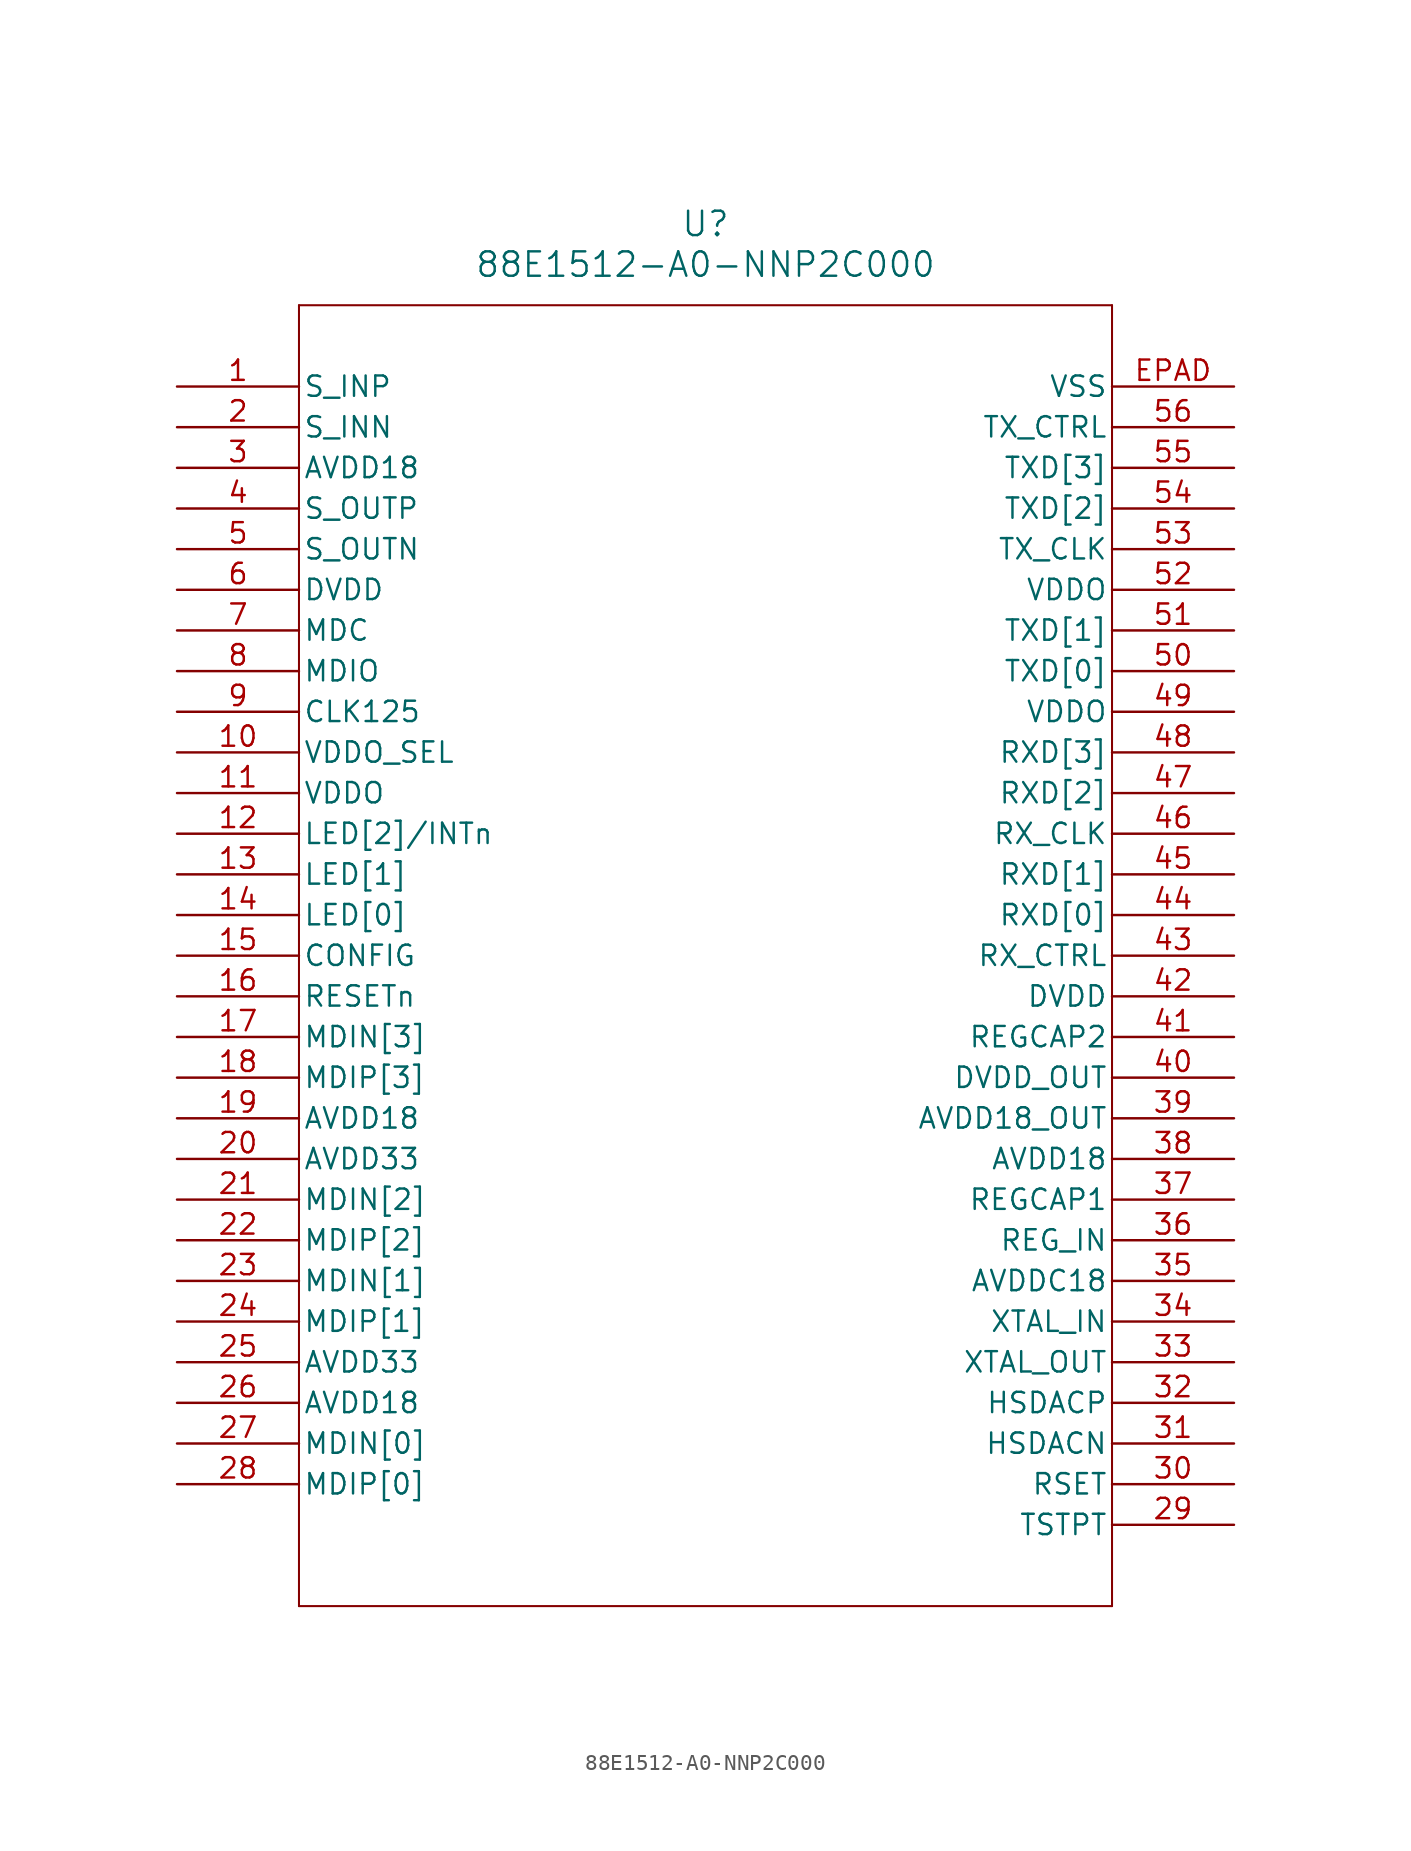
<source format=kicad_sym>
(kicad_symbol_lib
  (version 20211014)
  (generator kicad_symbol_editor)
  (symbol "88E1512-A0-NNP2C000"
    (pin_names
      (offset 0.254))
    (property "Reference" "U"
      (at 33.02 10.16 0)
      (effects (font (size 1.524 1.524))))
    (property "Value" "88E1512-A0-NNP2C000"
      (at 33.02 7.62 0)
      (effects (font (size 1.524 1.524))))
    (symbol "88E1512-A0-NNP2C000_0_1"
      (polyline (pts (xy 7.62 5.08) (xy 7.62 -76.2)) (stroke (width 0.127) (type default) (color 0 0 0 0)) (fill (type none)))
      (polyline (pts (xy 7.62 -76.2) (xy 58.42 -76.2)) (stroke (width 0.127) (type default) (color 0 0 0 0)) (fill (type none)))
      (polyline (pts (xy 58.42 -76.2) (xy 58.42 5.08)) (stroke (width 0.127) (type default) (color 0 0 0 0)) (fill (type none)))
      (polyline (pts (xy 58.42 5.08) (xy 7.62 5.08)) (stroke (width 0.127) (type default) (color 0 0 0 0)) (fill (type none)))
      (pin input line (at 0 0 0) (length 7.62) (name "S_INP" (effects (font (size 1.27 1.27)))) (number "1" (effects (font (size 1.27 1.27)))))
      (pin input line (at 0 -2.54 0) (length 7.62) (name "S_INN" (effects (font (size 1.27 1.27)))) (number "2" (effects (font (size 1.27 1.27)))))
      (pin power_in line (at 0 -5.08 0) (length 7.62) (name "AVDD18" (effects (font (size 1.27 1.27)))) (number "3" (effects (font (size 1.27 1.27)))))
      (pin output line (at 0 -7.62 0) (length 7.62) (name "S_OUTP" (effects (font (size 1.27 1.27)))) (number "4" (effects (font (size 1.27 1.27)))))
      (pin output line (at 0 -10.16 0) (length 7.62) (name "S_OUTN" (effects (font (size 1.27 1.27)))) (number "5" (effects (font (size 1.27 1.27)))))
      (pin power_in line (at 0 -12.7 0) (length 7.62) (name "DVDD" (effects (font (size 1.27 1.27)))) (number "6" (effects (font (size 1.27 1.27)))))
      (pin input line (at 0 -15.24 0) (length 7.62) (name "MDC" (effects (font (size 1.27 1.27)))) (number "7" (effects (font (size 1.27 1.27)))))
      (pin bidirectional line (at 0 -17.78 0) (length 7.62) (name "MDIO" (effects (font (size 1.27 1.27)))) (number "8" (effects (font (size 1.27 1.27)))))
      (pin output line (at 0 -20.32 0) (length 7.62) (name "CLK125" (effects (font (size 1.27 1.27)))) (number "9" (effects (font (size 1.27 1.27)))))
      (pin power_in line (at 0 -22.86 0) (length 7.62) (name "VDDO_SEL" (effects (font (size 1.27 1.27)))) (number "10" (effects (font (size 1.27 1.27)))))
      (pin power_in line (at 0 -25.4 0) (length 7.62) (name "VDDO" (effects (font (size 1.27 1.27)))) (number "11" (effects (font (size 1.27 1.27)))))
      (pin output line (at 0 -27.94 0) (length 7.62) (name "LED[2]/INTn" (effects (font (size 1.27 1.27)))) (number "12" (effects (font (size 1.27 1.27)))))
      (pin bidirectional line (at 0 -30.48 0) (length 7.62) (name "LED[1]" (effects (font (size 1.27 1.27)))) (number "13" (effects (font (size 1.27 1.27)))))
      (pin output line (at 0 -33.02 0) (length 7.62) (name "LED[0]" (effects (font (size 1.27 1.27)))) (number "14" (effects (font (size 1.27 1.27)))))
      (pin input line (at 0 -35.56 0) (length 7.62) (name "CONFIG" (effects (font (size 1.27 1.27)))) (number "15" (effects (font (size 1.27 1.27)))))
      (pin input line (at 0 -38.1 0) (length 7.62) (name "RESETn" (effects (font (size 1.27 1.27)))) (number "16" (effects (font (size 1.27 1.27)))))
      (pin bidirectional line (at 0 -40.64 0) (length 7.62) (name "MDIN[3]" (effects (font (size 1.27 1.27)))) (number "17" (effects (font (size 1.27 1.27)))))
      (pin bidirectional line (at 0 -43.18 0) (length 7.62) (name "MDIP[3]" (effects (font (size 1.27 1.27)))) (number "18" (effects (font (size 1.27 1.27)))))
      (pin power_in line (at 0 -45.72 0) (length 7.62) (name "AVDD18" (effects (font (size 1.27 1.27)))) (number "19" (effects (font (size 1.27 1.27)))))
      (pin power_in line (at 0 -48.26 0) (length 7.62) (name "AVDD33" (effects (font (size 1.27 1.27)))) (number "20" (effects (font (size 1.27 1.27)))))
      (pin bidirectional line (at 0 -50.8 0) (length 7.62) (name "MDIN[2]" (effects (font (size 1.27 1.27)))) (number "21" (effects (font (size 1.27 1.27)))))
      (pin bidirectional line (at 0 -53.34 0) (length 7.62) (name "MDIP[2]" (effects (font (size 1.27 1.27)))) (number "22" (effects (font (size 1.27 1.27)))))
      (pin bidirectional line (at 0 -55.88 0) (length 7.62) (name "MDIN[1]" (effects (font (size 1.27 1.27)))) (number "23" (effects (font (size 1.27 1.27)))))
      (pin bidirectional line (at 0 -58.42 0) (length 7.62) (name "MDIP[1]" (effects (font (size 1.27 1.27)))) (number "24" (effects (font (size 1.27 1.27)))))
      (pin power_in line (at 0 -60.96 0) (length 7.62) (name "AVDD33" (effects (font (size 1.27 1.27)))) (number "25" (effects (font (size 1.27 1.27)))))
      (pin power_in line (at 0 -63.5 0) (length 7.62) (name "AVDD18" (effects (font (size 1.27 1.27)))) (number "26" (effects (font (size 1.27 1.27)))))
      (pin bidirectional line (at 0 -66.04 0) (length 7.62) (name "MDIN[0]" (effects (font (size 1.27 1.27)))) (number "27" (effects (font (size 1.27 1.27)))))
      (pin bidirectional line (at 0 -68.58 0) (length 7.62) (name "MDIP[0]" (effects (font (size 1.27 1.27)))) (number "28" (effects (font (size 1.27 1.27)))))
      (pin output line (at 66.04 -71.12 180) (length 7.62) (name "TSTPT" (effects (font (size 1.27 1.27)))) (number "29" (effects (font (size 1.27 1.27)))))
      (pin input line (at 66.04 -68.58 180) (length 7.62) (name "RSET" (effects (font (size 1.27 1.27)))) (number "30" (effects (font (size 1.27 1.27)))))
      (pin unspecified line (at 66.04 -66.04 180) (length 7.62) (name "HSDACN" (effects (font (size 1.27 1.27)))) (number "31" (effects (font (size 1.27 1.27)))))
      (pin output line (at 66.04 -63.5 180) (length 7.62) (name "HSDACP" (effects (font (size 1.27 1.27)))) (number "32" (effects (font (size 1.27 1.27)))))
      (pin output line (at 66.04 -60.96 180) (length 7.62) (name "XTAL_OUT" (effects (font (size 1.27 1.27)))) (number "33" (effects (font (size 1.27 1.27)))))
      (pin input line (at 66.04 -58.42 180) (length 7.62) (name "XTAL_IN" (effects (font (size 1.27 1.27)))) (number "34" (effects (font (size 1.27 1.27)))))
      (pin power_in line (at 66.04 -55.88 180) (length 7.62) (name "AVDDC18" (effects (font (size 1.27 1.27)))) (number "35" (effects (font (size 1.27 1.27)))))
      (pin unspecified line (at 66.04 -53.34 180) (length 7.62) (name "REG_IN" (effects (font (size 1.27 1.27)))) (number "36" (effects (font (size 1.27 1.27)))))
      (pin bidirectional line (at 66.04 -50.8 180) (length 7.62) (name "REGCAP1" (effects (font (size 1.27 1.27)))) (number "37" (effects (font (size 1.27 1.27)))))
      (pin power_in line (at 66.04 -48.26 180) (length 7.62) (name "AVDD18" (effects (font (size 1.27 1.27)))) (number "38" (effects (font (size 1.27 1.27)))))
      (pin output line (at 66.04 -45.72 180) (length 7.62) (name "AVDD18_OUT" (effects (font (size 1.27 1.27)))) (number "39" (effects (font (size 1.27 1.27)))))
      (pin output line (at 66.04 -43.18 180) (length 7.62) (name "DVDD_OUT" (effects (font (size 1.27 1.27)))) (number "40" (effects (font (size 1.27 1.27)))))
      (pin bidirectional line (at 66.04 -40.64 180) (length 7.62) (name "REGCAP2" (effects (font (size 1.27 1.27)))) (number "41" (effects (font (size 1.27 1.27)))))
      (pin power_in line (at 66.04 -38.1 180) (length 7.62) (name "DVDD" (effects (font (size 1.27 1.27)))) (number "42" (effects (font (size 1.27 1.27)))))
      (pin output line (at 66.04 -35.56 180) (length 7.62) (name "RX_CTRL" (effects (font (size 1.27 1.27)))) (number "43" (effects (font (size 1.27 1.27)))))
      (pin output line (at 66.04 -33.02 180) (length 7.62) (name "RXD[0]" (effects (font (size 1.27 1.27)))) (number "44" (effects (font (size 1.27 1.27)))))
      (pin output line (at 66.04 -30.48 180) (length 7.62) (name "RXD[1]" (effects (font (size 1.27 1.27)))) (number "45" (effects (font (size 1.27 1.27)))))
      (pin output line (at 66.04 -27.94 180) (length 7.62) (name "RX_CLK" (effects (font (size 1.27 1.27)))) (number "46" (effects (font (size 1.27 1.27)))))
      (pin output line (at 66.04 -25.4 180) (length 7.62) (name "RXD[2]" (effects (font (size 1.27 1.27)))) (number "47" (effects (font (size 1.27 1.27)))))
      (pin output line (at 66.04 -22.86 180) (length 7.62) (name "RXD[3]" (effects (font (size 1.27 1.27)))) (number "48" (effects (font (size 1.27 1.27)))))
      (pin power_in line (at 66.04 -20.32 180) (length 7.62) (name "VDDO" (effects (font (size 1.27 1.27)))) (number "49" (effects (font (size 1.27 1.27)))))
      (pin input line (at 66.04 -17.78 180) (length 7.62) (name "TXD[0]" (effects (font (size 1.27 1.27)))) (number "50" (effects (font (size 1.27 1.27)))))
      (pin input line (at 66.04 -15.24 180) (length 7.62) (name "TXD[1]" (effects (font (size 1.27 1.27)))) (number "51" (effects (font (size 1.27 1.27)))))
      (pin power_in line (at 66.04 -12.7 180) (length 7.62) (name "VDDO" (effects (font (size 1.27 1.27)))) (number "52" (effects (font (size 1.27 1.27)))))
      (pin input line (at 66.04 -10.16 180) (length 7.62) (name "TX_CLK" (effects (font (size 1.27 1.27)))) (number "53" (effects (font (size 1.27 1.27)))))
      (pin input line (at 66.04 -7.62 180) (length 7.62) (name "TXD[2]" (effects (font (size 1.27 1.27)))) (number "54" (effects (font (size 1.27 1.27)))))
      (pin input line (at 66.04 -5.08 180) (length 7.62) (name "TXD[3]" (effects (font (size 1.27 1.27)))) (number "55" (effects (font (size 1.27 1.27)))))
      (pin input line (at 66.04 -2.54 180) (length 7.62) (name "TX_CTRL" (effects (font (size 1.27 1.27)))) (number "56" (effects (font (size 1.27 1.27)))))
      (pin power_out line (at 66.04 0 180) (length 7.62) (name "VSS" (effects (font (size 1.27 1.27)))) (number "EPAD" (effects (font (size 1.27 1.27))))))))
</source>
